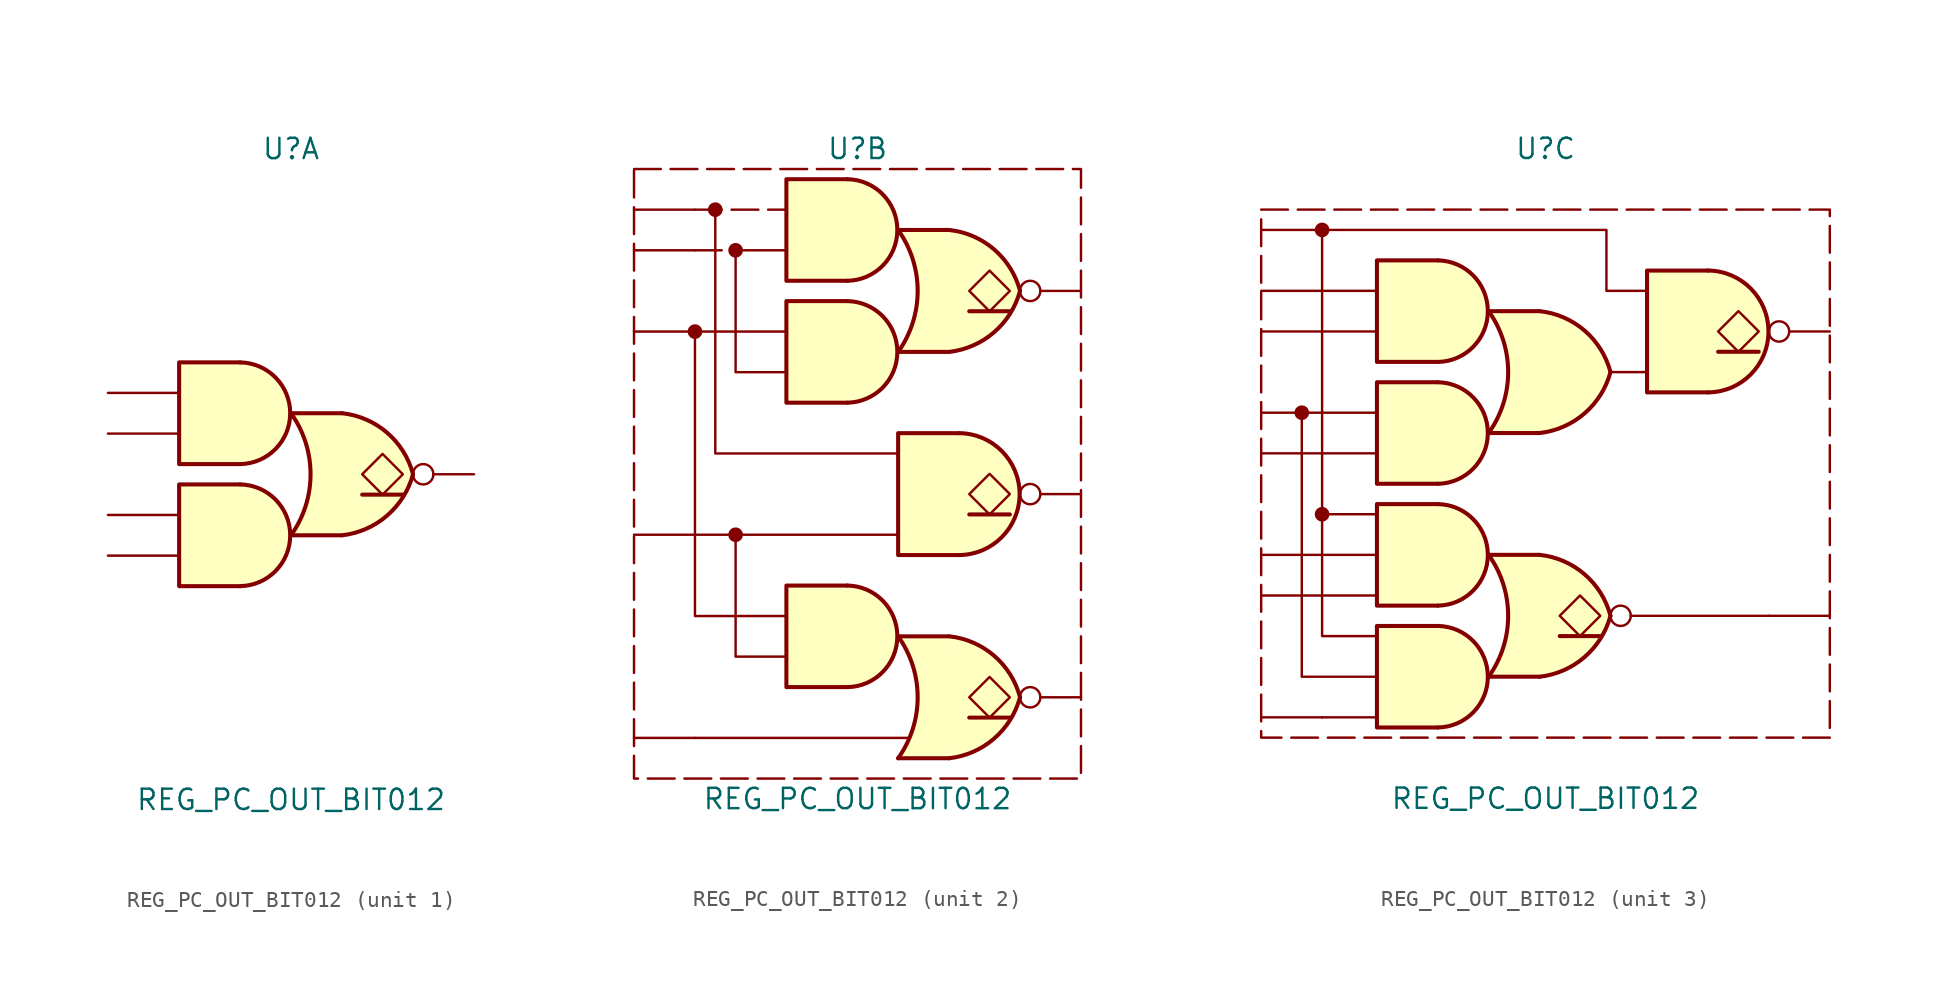
<source format=kicad_sym>
(kicad_symbol_lib
  (version 20231120)
  (generator "kicad_symbol_editor")
  (generator_version "8.0")
  (symbol "REG_PC_OUT_BIT012"
    (pin_numbers hide)
    (pin_names hide)
    (property "Reference" "U"
      (at 0 20.32 0)
      (effects (font (size 1.27 1.27))))
    (property "Value" "REG_PC_OUT_BIT012"
      (at 0 -20.32 0)
      (effects (font (size 1.27 1.27))))
    (property "ki_locked" ""
      (at 0 0 0)
      (effects (font (size 1.27 1.27))))
    (symbol "REG_PC_OUT_BIT012_1_1"
      (arc (start -3.175 -6.985) (mid -0.05 -3.81) (end -3.175 -0.635) (stroke (width 0.254) (type default)) (fill (type background)))
      (arc (start -3.175 0.635) (mid -0.05 3.81) (end -3.175 6.985) (stroke (width 0.254) (type default)) (fill (type background)))
      (arc (start -0.0002 -3.81) (mid 1.2208 0) (end -0.0002 3.81) (stroke (width 0.254) (type default)) (fill (type none)))
      (polyline (pts (xy -0.0002 -3.81) (xy 3.175 -3.81)) (stroke (width 0.254) (type default)) (fill (type background)))
      (polyline (pts (xy -0.0002 3.81) (xy 3.175 3.81)) (stroke (width 0.254) (type default)) (fill (type background)))
      (polyline (pts (xy 4.445 -1.27) (xy 6.985 -1.27)) (stroke (width 0.254) (type default)) (fill (type none)))
      (polyline (pts (xy -3.175 -0.635) (xy -6.985 -0.635) (xy -6.985 -6.985) (xy -3.175 -6.985)) (stroke (width 0.254) (type default)) (fill (type background)))
      (polyline (pts (xy -3.175 6.985) (xy -6.985 6.985) (xy -6.985 0.635) (xy -3.175 0.635)) (stroke (width 0.254) (type default)) (fill (type background)))
      (polyline (pts (xy 6.985 0) (xy 5.715 1.27) (xy 4.445 0) (xy 5.715 -1.27) (xy 6.985 0)) (stroke (width 0) (type default)) (fill (type none)))
      (polyline (pts (xy 3.175 3.81) (xy 0 3.81) (xy 0 3.81) (xy 0.254 3.404) (xy 0.787 2.261) (xy 1.118 1.041) (xy 1.194 -0.254) (xy 1.041 -1.499) (xy 0.635 -2.718) (xy 0 -3.81) (xy 0 -3.81) (xy 3.175 -3.81)) (stroke (width -25.4) (type default)) (fill (type background)))
      (arc (start 3.2002 -3.81) (mid 5.9953 -2.584) (end 7.6198 0) (stroke (width 0.254) (type default)) (fill (type background)))
      (arc (start 7.6198 0) (mid 6.0026 2.5925) (end 3.2002 3.81) (stroke (width 0.254) (type default)) (fill (type background)))
      (pin input line (at -11.43 5.08 0) (length 4.3) (name "IN1" (effects (font (size 1.27 1.27)))) (number "" (effects (font (size 1.27 1.27)))))
      (pin input line (at -11.43 2.54 0) (length 4.3) (name "IN2" (effects (font (size 1.27 1.27)))) (number "" (effects (font (size 1.27 1.27)))))
      (pin input line (at -11.43 -2.54 0) (length 4.3) (name "IN3" (effects (font (size 1.27 1.27)))) (number "" (effects (font (size 1.27 1.27)))))
      (pin input line (at -11.43 -5.08 0) (length 4.3) (name "IN4" (effects (font (size 1.27 1.27)))) (number "" (effects (font (size 1.27 1.27)))))
      (pin tri_state inverted (at 11.43 0 180) (length 3.81) (name "Y1" (effects (font (size 1.27 1.27)))) (number "" (effects (font (size 0 0))))))
    (symbol "REG_PC_OUT_BIT012_2_1"
      (rectangle (start -13.97 19.05) (end 13.97 -19.05) (stroke (width 0) (type dash)) (fill (type none)))
      (circle (center -10.16 8.89) (radius 0.381) (stroke (width 0) (type default)) (fill (type outline)))
      (circle (center -8.89 16.51) (radius 0.381) (stroke (width 0) (type default)) (fill (type outline)))
      (circle (center -7.62 -3.81) (radius 0.381) (stroke (width 0) (type default)) (fill (type outline)))
      (circle (center -7.62 13.97) (radius 0.381) (stroke (width 0) (type default)) (fill (type outline)))
      (arc (start -0.635 -13.335) (mid 2.49 -10.16) (end -0.635 -6.985) (stroke (width 0.254) (type default)) (fill (type background)))
      (arc (start -0.635 4.445) (mid 2.49 7.62) (end -0.635 10.795) (stroke (width 0.254) (type default)) (fill (type background)))
      (arc (start -0.635 12.065) (mid 2.49 15.24) (end -0.635 18.415) (stroke (width 0.254) (type default)) (fill (type background)))
      (polyline (pts (xy -10.16 -16.51) (xy 3.175 -16.51)) (stroke (width 0) (type default)) (fill (type none)))
      (polyline (pts (xy -10.16 -3.81) (xy 2.54 -3.81)) (stroke (width 0) (type default)) (fill (type none)))
      (polyline (pts (xy -10.16 8.89) (xy -4.445 8.89)) (stroke (width 0) (type default)) (fill (type none)))
      (polyline (pts (xy -10.16 13.97) (xy -7.62 13.97)) (stroke (width 0) (type default)) (fill (type none)))
      (polyline (pts (xy -10.16 16.51) (xy -4.445 16.51)) (stroke (width 0) (type default)) (fill (type none)))
      (polyline (pts (xy 2.54 -17.78) (xy 5.715 -17.78)) (stroke (width 0.254) (type default)) (fill (type background)))
      (polyline (pts (xy 2.54 -10.16) (xy 5.715 -10.16)) (stroke (width 0.254) (type default)) (fill (type background)))
      (polyline (pts (xy 2.54 7.62) (xy 5.715 7.62)) (stroke (width 0.254) (type default)) (fill (type background)))
      (polyline (pts (xy 2.54 15.24) (xy 5.715 15.24)) (stroke (width 0.254) (type default)) (fill (type background)))
      (polyline (pts (xy 6.985 -15.24) (xy 9.525 -15.24)) (stroke (width 0.254) (type default)) (fill (type none)))
      (polyline (pts (xy 6.985 -2.54) (xy 9.525 -2.54)) (stroke (width 0.254) (type default)) (fill (type none)))
      (polyline (pts (xy 6.985 10.16) (xy 9.525 10.16)) (stroke (width 0.254) (type default)) (fill (type none)))
      (polyline (pts (xy -4.445 -11.43) (xy -7.62 -11.43) (xy -7.62 -3.81)) (stroke (width 0) (type default)) (fill (type none)))
      (polyline (pts (xy -4.445 -8.89) (xy -10.16 -8.89) (xy -10.16 8.89)) (stroke (width 0) (type default)) (fill (type none)))
      (polyline (pts (xy 2.54 1.27) (xy -8.89 1.27) (xy -8.89 16.51)) (stroke (width 0) (type default)) (fill (type none)))
      (polyline (pts (xy -4.445 13.97) (xy -7.62 13.97) (xy -7.62 6.35) (xy -4.445 6.35)) (stroke (width 0) (type default)) (fill (type none)))
      (polyline (pts (xy -0.635 -6.985) (xy -4.445 -6.985) (xy -4.445 -13.335) (xy -0.635 -13.335)) (stroke (width 0.254) (type default)) (fill (type background)))
      (polyline (pts (xy -0.635 10.795) (xy -4.445 10.795) (xy -4.445 4.445) (xy -0.635 4.445)) (stroke (width 0.254) (type default)) (fill (type background)))
      (polyline (pts (xy -0.635 18.415) (xy -4.445 18.415) (xy -4.445 12.065) (xy -0.635 12.065)) (stroke (width 0.254) (type default)) (fill (type background)))
      (polyline (pts (xy 6.35 2.54) (xy 2.54 2.54) (xy 2.54 -5.08) (xy 6.35 -5.08)) (stroke (width 0.254) (type default)) (fill (type background)))
      (polyline (pts (xy 9.525 -13.97) (xy 8.255 -12.7) (xy 6.985 -13.97) (xy 8.255 -15.24) (xy 9.525 -13.97)) (stroke (width 0) (type default)) (fill (type none)))
      (polyline (pts (xy 9.525 -1.27) (xy 8.255 0) (xy 6.985 -1.27) (xy 8.255 -2.54) (xy 9.525 -1.27)) (stroke (width 0) (type default)) (fill (type none)))
      (polyline (pts (xy 9.525 11.43) (xy 8.255 12.7) (xy 6.985 11.43) (xy 8.255 10.16) (xy 9.525 11.43)) (stroke (width 0) (type default)) (fill (type none)))
      (polyline (pts (xy 5.715 -10.16) (xy 2.54 -10.16) (xy 2.54 -10.16) (xy 2.794 -10.566) (xy 3.327 -11.709) (xy 3.658 -12.929) (xy 3.734 -14.224) (xy 3.581 -15.469) (xy 3.175 -16.688) (xy 2.54 -17.78) (xy 2.54 -17.78) (xy 5.715 -17.78)) (stroke (width -25.4) (type default)) (fill (type background)))
      (polyline (pts (xy 5.715 15.24) (xy 2.54 15.24) (xy 2.54 15.24) (xy 2.794 14.834) (xy 3.327 13.691) (xy 3.658 12.471) (xy 3.734 11.176) (xy 3.581 9.931) (xy 3.175 8.712) (xy 2.54 7.62) (xy 2.54 7.62) (xy 5.715 7.62)) (stroke (width -25.4) (type default)) (fill (type background)))
      (arc (start 2.5398 -17.78) (mid 3.7608 -13.97) (end 2.5398 -10.16) (stroke (width 0.254) (type default)) (fill (type none)))
      (arc (start 2.5398 7.62) (mid 3.7608 11.43) (end 2.5398 15.24) (stroke (width 0.254) (type default)) (fill (type none)))
      (arc (start 5.7402 -17.78) (mid 8.5356 -16.5541) (end 10.1598 -13.97) (stroke (width 0.254) (type default)) (fill (type background)))
      (arc (start 5.7402 7.62) (mid 8.5353 8.846) (end 10.1598 11.43) (stroke (width 0.254) (type default)) (fill (type background)))
      (arc (start 6.35 -5.08) (mid 10.1325 -1.27) (end 6.35 2.54) (stroke (width 0.254) (type default)) (fill (type background)))
      (arc (start 10.1598 -13.97) (mid 8.5426 -11.3775) (end 5.7402 -10.16) (stroke (width 0.254) (type default)) (fill (type background)))
      (arc (start 10.1598 11.43) (mid 8.5426 14.0225) (end 5.7402 15.24) (stroke (width 0.254) (type default)) (fill (type background)))
      (pin input line (at -13.97 16.51 0) (length 3.81) (name "IN5" (effects (font (size 1.27 1.27)))) (number "" (effects (font (size 0 0)))))
      (pin input line (at -13.97 13.97 0) (length 3.81) (name "IN6" (effects (font (size 1.27 1.27)))) (number "" (effects (font (size 0 0)))))
      (pin input line (at -13.97 8.89 0) (length 3.81) (name "IN7" (effects (font (size 1.27 1.27)))) (number "" (effects (font (size 0 0)))))
      (pin input line (at -13.97 -3.81 0) (length 3.81) (name "IN8" (effects (font (size 1.27 1.27)))) (number "" (effects (font (size 0 0)))))
      (pin input line (at -13.97 -16.51 0) (length 3.81) (name "IN9" (effects (font (size 1.27 1.27)))) (number "" (effects (font (size 0 0)))))
      (pin tri_state inverted (at 13.97 11.43 180) (length 3.81) (name "Y2" (effects (font (size 1.27 1.27)))) (number "" (effects (font (size 0 0)))))
      (pin tri_state inverted (at 13.97 -1.27 180) (length 3.81) (name "Y3" (effects (font (size 1.27 1.27)))) (number "" (effects (font (size 0 0)))))
      (pin tri_state inverted (at 13.97 -13.97 180) (length 3.81) (name "Y4" (effects (font (size 1.27 1.27)))) (number "" (effects (font (size 0 0))))))
    (symbol "REG_PC_OUT_BIT012_3_1"
      (rectangle (start -17.78 16.51) (end 17.78 -16.51) (stroke (width 0) (type dash)) (fill (type none)))
      (circle (center -15.24 3.81) (radius 0.381) (stroke (width 0) (type default)) (fill (type outline)))
      (circle (center -13.97 -2.54) (radius 0.381) (stroke (width 0) (type default)) (fill (type outline)))
      (circle (center -13.97 15.24) (radius 0.381) (stroke (width 0) (type default)) (fill (type outline)))
      (arc (start -6.731 -15.875) (mid -3.606 -12.7) (end -6.731 -9.525) (stroke (width 0.254) (type default)) (fill (type background)))
      (arc (start -6.731 -8.255) (mid -3.606 -5.08) (end -6.731 -1.905) (stroke (width 0.254) (type default)) (fill (type background)))
      (arc (start -6.731 -0.635) (mid -3.606 2.54) (end -6.731 5.715) (stroke (width 0.254) (type default)) (fill (type background)))
      (arc (start -6.731 6.985) (mid -3.606 10.16) (end -6.731 13.335) (stroke (width 0.254) (type default)) (fill (type background)))
      (arc (start -3.5562 -12.7) (mid -2.3352 -8.89) (end -3.5562 -5.08) (stroke (width 0.254) (type default)) (fill (type none)))
      (arc (start -3.5562 2.54) (mid -2.3352 6.35) (end -3.5562 10.16) (stroke (width 0.254) (type default)) (fill (type none)))
      (arc (start -0.3558 -12.7) (mid 2.4396 -11.4741) (end 4.0638 -8.89) (stroke (width 0.254) (type default)) (fill (type background)))
      (arc (start -0.3558 2.54) (mid 2.4396 3.7659) (end 4.0638 6.35) (stroke (width 0.254) (type default)) (fill (type background)))
      (polyline (pts (xy -10.541 -15.24) (xy -13.97 -15.24)) (stroke (width 0) (type default)) (fill (type none)))
      (polyline (pts (xy -10.541 -7.62) (xy -13.97 -7.62)) (stroke (width 0) (type default)) (fill (type none)))
      (polyline (pts (xy -10.541 -5.08) (xy -13.97 -5.08)) (stroke (width 0) (type default)) (fill (type none)))
      (polyline (pts (xy -10.541 1.27) (xy -13.97 1.27)) (stroke (width 0) (type default)) (fill (type none)))
      (polyline (pts (xy -10.541 3.81) (xy -13.97 3.81)) (stroke (width 0) (type default)) (fill (type none)))
      (polyline (pts (xy -10.541 8.89) (xy -13.97 8.89)) (stroke (width 0) (type default)) (fill (type none)))
      (polyline (pts (xy -10.541 11.43) (xy -13.97 11.43)) (stroke (width 0) (type default)) (fill (type none)))
      (polyline (pts (xy -3.556 -12.7) (xy -0.381 -12.7)) (stroke (width 0.254) (type default)) (fill (type background)))
      (polyline (pts (xy -3.556 -5.08) (xy -0.381 -5.08)) (stroke (width 0.254) (type default)) (fill (type background)))
      (polyline (pts (xy -3.556 2.54) (xy -0.381 2.54)) (stroke (width 0.254) (type default)) (fill (type background)))
      (polyline (pts (xy -3.556 10.16) (xy -0.381 10.16)) (stroke (width 0.254) (type default)) (fill (type background)))
      (polyline (pts (xy 0.889 -10.16) (xy 3.429 -10.16)) (stroke (width 0.254) (type default)) (fill (type none)))
      (polyline (pts (xy 4.064 6.35) (xy 6.35 6.35)) (stroke (width 0) (type default)) (fill (type none)))
      (polyline (pts (xy 10.795 7.62) (xy 13.335 7.62)) (stroke (width 0.254) (type default)) (fill (type none)))
      (polyline (pts (xy 13.97 -8.89) (xy 5.334 -8.89)) (stroke (width 0) (type default)) (fill (type none)))
      (polyline (pts (xy -10.541 -12.7) (xy -15.24 -12.7) (xy -15.24 3.81)) (stroke (width 0) (type default)) (fill (type none)))
      (polyline (pts (xy -10.541 -10.16) (xy -13.97 -10.16) (xy -13.97 -2.54)) (stroke (width 0) (type default)) (fill (type none)))
      (polyline (pts (xy -10.541 -2.54) (xy -13.97 -2.54) (xy -13.97 15.24)) (stroke (width 0) (type default)) (fill (type none)))
      (polyline (pts (xy -6.731 -9.525) (xy -10.541 -9.525) (xy -10.541 -15.875) (xy -6.731 -15.875)) (stroke (width 0.254) (type default)) (fill (type background)))
      (polyline (pts (xy -6.731 -1.905) (xy -10.541 -1.905) (xy -10.541 -8.255) (xy -6.731 -8.255)) (stroke (width 0.254) (type default)) (fill (type background)))
      (polyline (pts (xy -6.731 5.715) (xy -10.541 5.715) (xy -10.541 -0.635) (xy -6.731 -0.635)) (stroke (width 0.254) (type default)) (fill (type background)))
      (polyline (pts (xy -6.731 13.335) (xy -10.541 13.335) (xy -10.541 6.985) (xy -6.731 6.985)) (stroke (width 0.254) (type default)) (fill (type background)))
      (polyline (pts (xy 6.35 11.43) (xy 3.81 11.43) (xy 3.81 15.24) (xy -13.97 15.24)) (stroke (width 0) (type default)) (fill (type none)))
      (polyline (pts (xy 10.16 12.7) (xy 6.35 12.7) (xy 6.35 5.08) (xy 10.16 5.08)) (stroke (width 0.254) (type default)) (fill (type background)))
      (polyline (pts (xy 3.429 -8.89) (xy 2.159 -7.62) (xy 0.889 -8.89) (xy 2.159 -10.16) (xy 3.429 -8.89)) (stroke (width 0) (type default)) (fill (type none)))
      (polyline (pts (xy 13.335 8.89) (xy 12.065 10.16) (xy 10.795 8.89) (xy 12.065 7.62) (xy 13.335 8.89)) (stroke (width 0) (type default)) (fill (type none)))
      (polyline (pts (xy -0.381 -5.08) (xy -3.556 -5.08) (xy -3.556 -5.08) (xy -3.302 -5.486) (xy -2.769 -6.629) (xy -2.438 -7.849) (xy -2.362 -9.144) (xy -2.515 -10.389) (xy -2.921 -11.608) (xy -3.556 -12.7) (xy -3.556 -12.7) (xy -0.381 -12.7)) (stroke (width -25.4) (type default)) (fill (type background)))
      (polyline (pts (xy -0.381 10.16) (xy -3.556 10.16) (xy -3.556 10.16) (xy -3.302 9.754) (xy -2.769 8.611) (xy -2.438 7.391) (xy -2.362 6.096) (xy -2.515 4.851) (xy -2.921 3.632) (xy -3.556 2.54) (xy -3.556 2.54) (xy -0.381 2.54)) (stroke (width -25.4) (type default)) (fill (type background)))
      (arc (start 4.0638 -8.89) (mid 2.4466 -6.2977) (end -0.3558 -5.08) (stroke (width 0.254) (type default)) (fill (type background)))
      (arc (start 4.0638 6.35) (mid 2.4466 8.9423) (end -0.3558 10.16) (stroke (width 0.254) (type default)) (fill (type background)))
      (circle (center 4.699 -8.89) (radius 0.635) (stroke (width 0) (type default)) (fill (type none)))
      (arc (start 10.16 5.08) (mid 13.9425 8.89) (end 10.16 12.7) (stroke (width 0.254) (type default)) (fill (type background)))
      (pin input line (at -17.78 15.24 0) (length 3.81) (name "IN10" (effects (font (size 1.27 1.27)))) (number "" (effects (font (size 0 0)))))
      (pin input line (at -17.78 11.43 0) (length 3.81) (name "IN11" (effects (font (size 1.27 1.27)))) (number "" (effects (font (size 0 0)))))
      (pin input line (at -17.78 8.89 0) (length 3.81) (name "IN12" (effects (font (size 1.27 1.27)))) (number "" (effects (font (size 0 0)))))
      (pin input line (at -17.78 3.81 0) (length 3.81) (name "IN13" (effects (font (size 1.27 1.27)))) (number "" (effects (font (size 0 0)))))
      (pin input line (at -17.78 1.27 0) (length 3.81) (name "IN14" (effects (font (size 1.27 1.27)))) (number "" (effects (font (size 0 0)))))
      (pin input line (at -17.78 -5.08 0) (length 3.81) (name "IN15" (effects (font (size 1.27 1.27)))) (number "" (effects (font (size 0 0)))))
      (pin input line (at -17.78 -7.62 0) (length 3.81) (name "IN16" (effects (font (size 1.27 1.27)))) (number "" (effects (font (size 0 0)))))
      (pin input line (at -17.78 -15.24 0) (length 3.81) (name "IN17" (effects (font (size 1.27 1.27)))) (number "" (effects (font (size 0 0)))))
      (pin tri_state inverted (at 17.78 8.89 180) (length 3.81) (name "Y5" (effects (font (size 1.27 1.27)))) (number "" (effects (font (size 0 0)))))
      (pin tri_state line (at 17.78 -8.89 180) (length 3.81) (name "Y6" (effects (font (size 1.27 1.27)))) (number "" (effects (font (size 0 0))))))))
</source>
